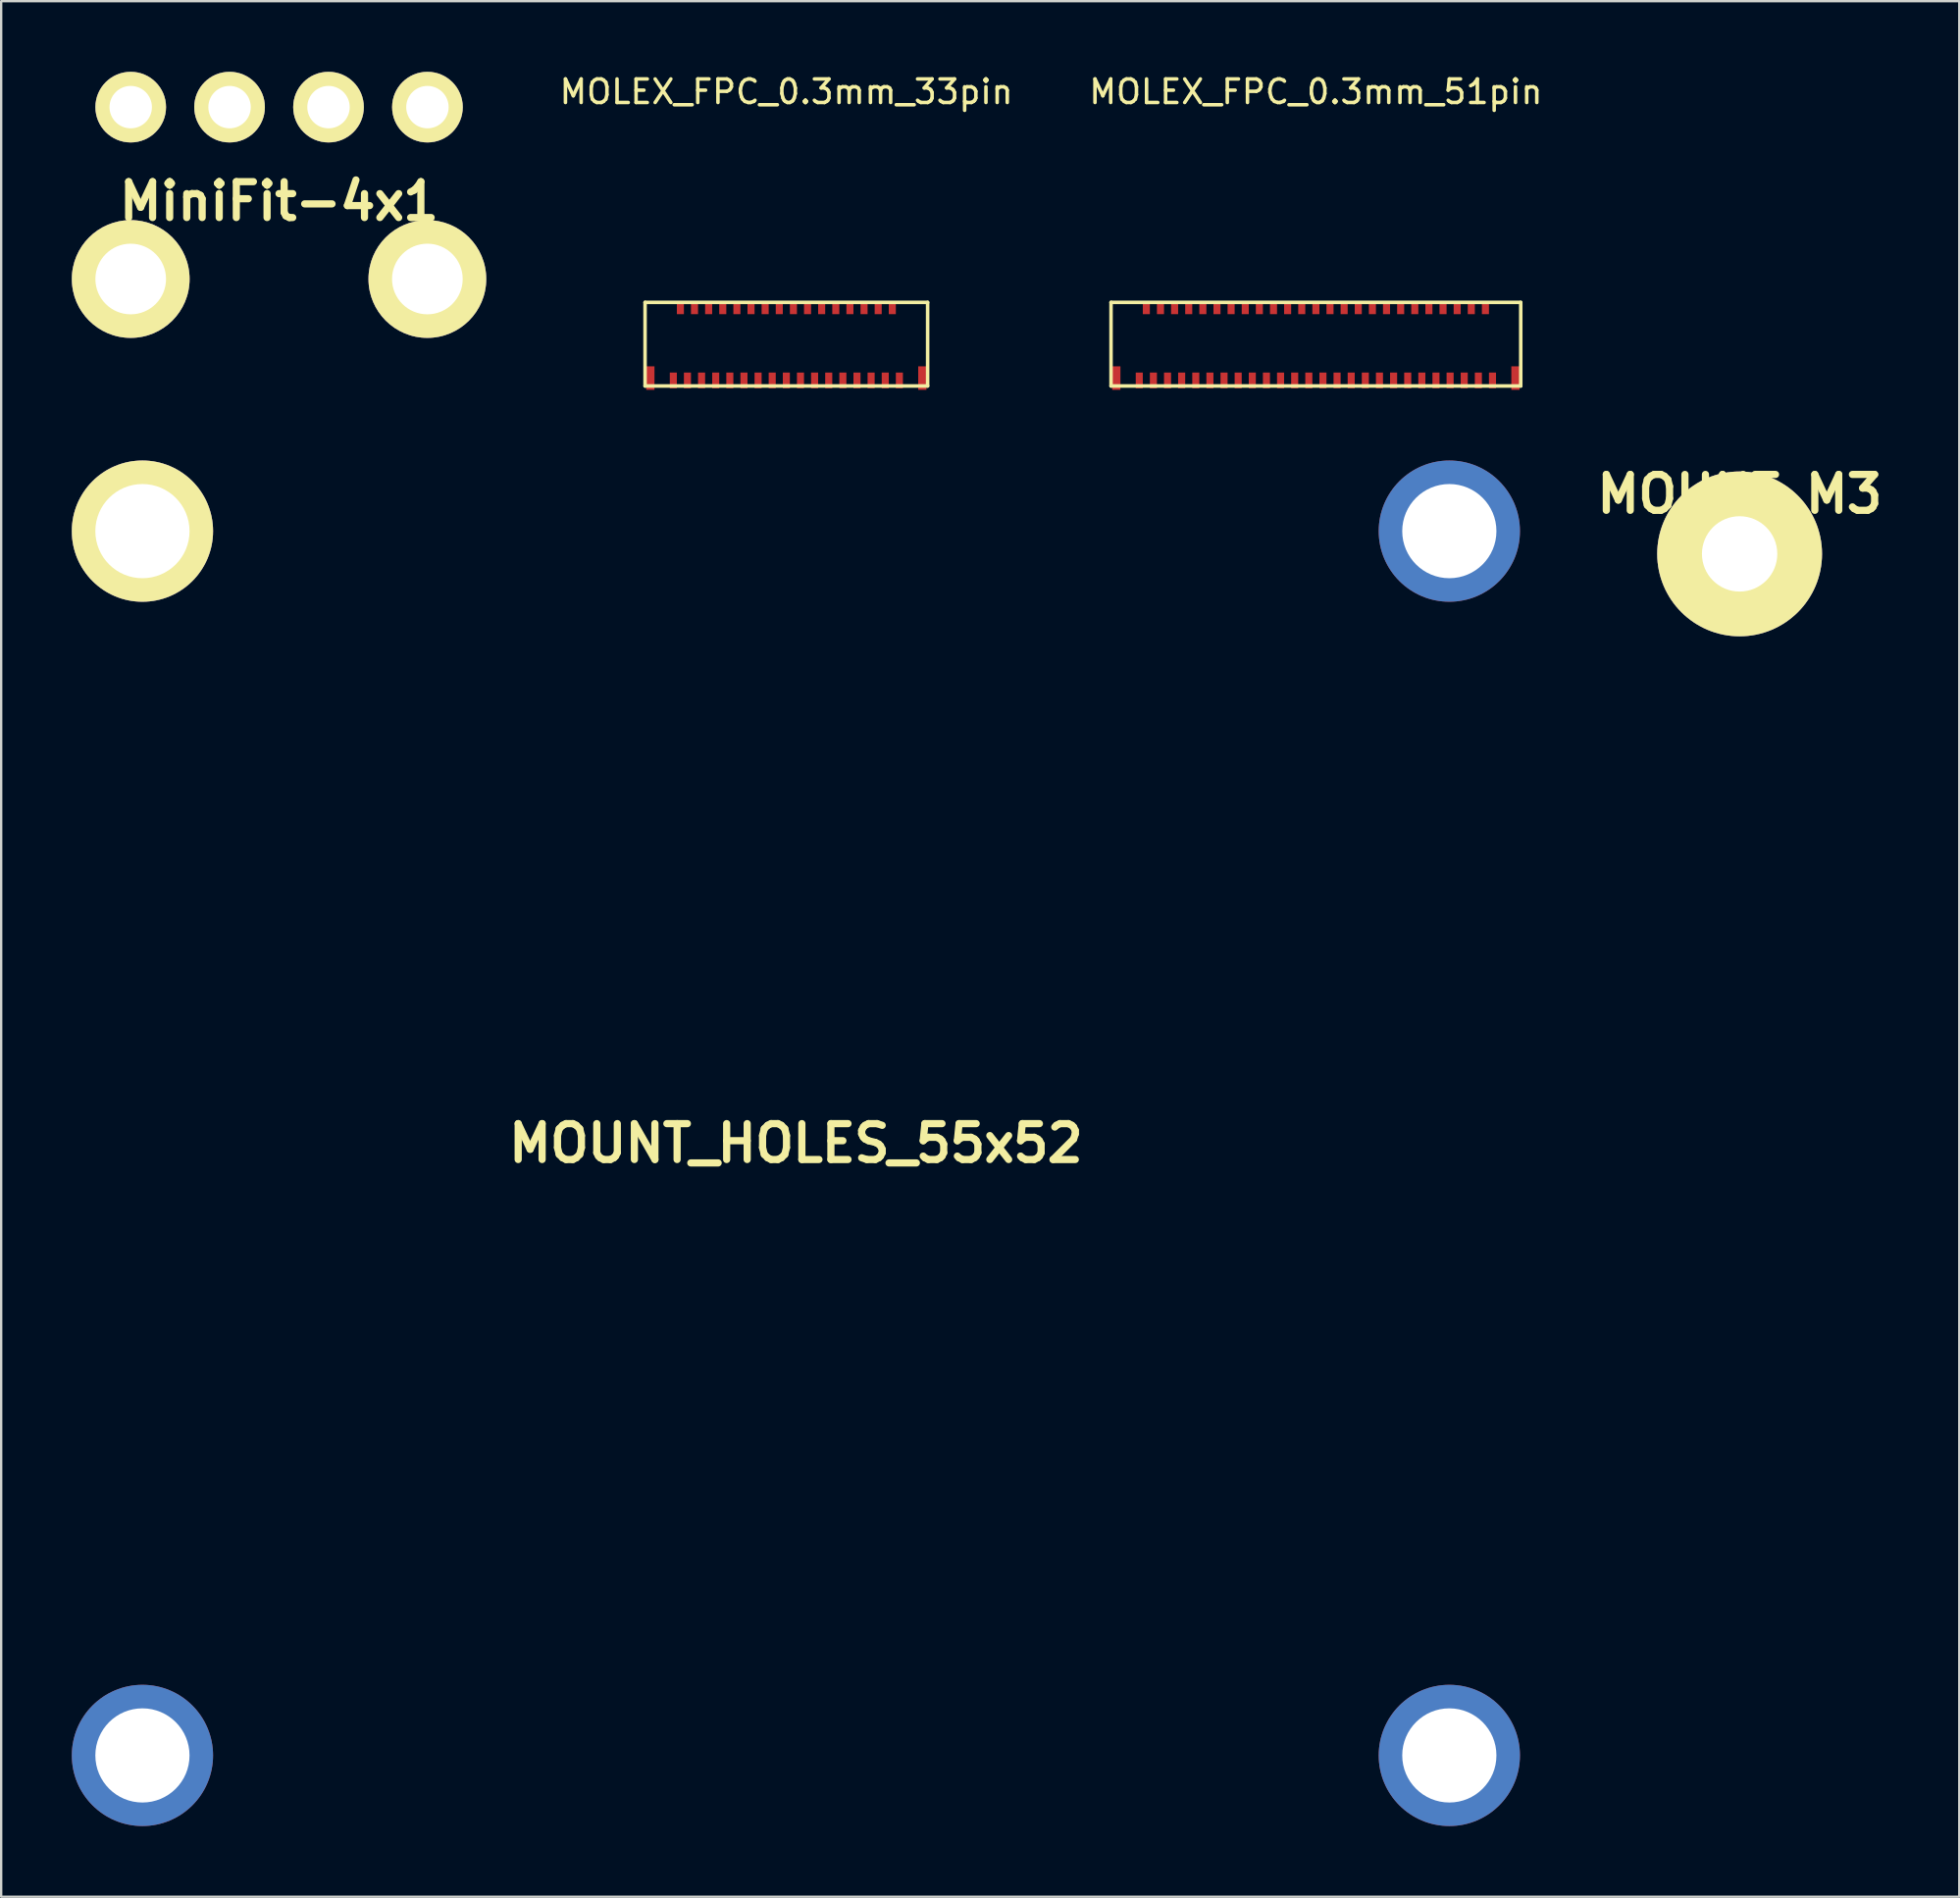
<source format=kicad_pcb>
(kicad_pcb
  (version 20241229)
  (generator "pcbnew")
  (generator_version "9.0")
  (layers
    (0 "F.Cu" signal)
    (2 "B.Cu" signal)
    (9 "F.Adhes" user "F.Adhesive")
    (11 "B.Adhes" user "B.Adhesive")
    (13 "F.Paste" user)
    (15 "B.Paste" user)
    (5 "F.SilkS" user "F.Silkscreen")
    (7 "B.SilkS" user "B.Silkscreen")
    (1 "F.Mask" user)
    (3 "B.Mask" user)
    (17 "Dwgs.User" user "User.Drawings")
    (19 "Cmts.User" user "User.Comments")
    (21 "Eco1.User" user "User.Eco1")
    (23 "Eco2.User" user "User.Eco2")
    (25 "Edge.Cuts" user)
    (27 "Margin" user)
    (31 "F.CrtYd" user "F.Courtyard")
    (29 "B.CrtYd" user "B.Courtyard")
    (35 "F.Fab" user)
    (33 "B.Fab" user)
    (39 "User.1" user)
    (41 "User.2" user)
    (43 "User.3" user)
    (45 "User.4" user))
  (footprint "MiniFit-4x1"
    (layer "F.Cu")
    (at 8.8 1.5)
    (property "Reference" "MiniFit-4x1" (at 0 4 0) (layer "F.SilkS") (effects (font (size 1.524 1.524) (thickness 0.305))))
    (attr through_hole)
    (pad "1" thru_hole circle (at 6.302 0) (size 3 3) (drill 1.801) (layers "*.Cu" "*.Mask" "F.SilkS"))
    (pad "2" thru_hole circle (at 2.101 0) (size 3 3) (drill 1.801) (layers "*.Cu" "*.Mask" "F.SilkS"))
    (pad "3" thru_hole circle (at -2.101 0) (size 3 3) (drill 1.801) (layers "*.Cu" "*.Mask" "F.SilkS"))
    (pad "4" thru_hole circle (at -6.299 0) (size 3 3) (drill 1.801) (layers "*.Cu" "*.Mask" "F.SilkS"))
    (pad "5" thru_hole circle (at -6.299 7.3) (size 5.001 5.001) (drill 3) (layers "*.Cu" "*.Mask" "F.SilkS"))
    (pad "6" thru_hole circle (at 6.299 7.3) (size 5.001 5.001) (drill 3) (layers "*.Cu" "*.Mask" "F.SilkS")))
  (footprint "MOUNT_HOLES_55x52"
    (layer "F.Cu")
    (at 30.749 45.507)
    (property "Reference" "MOUNT_HOLES_55x52" (at 0 0 0) (layer "F.SilkS") (effects (font (size 1.524 1.524) (thickness 0.305))))
    (attr through_hole)
    (pad "1" thru_hole circle (at -27.75 -25.999) (size 5.999 5.999) (drill 4) (layers "*.Cu" "*.Mask" "F.SilkS"))
    (pad "2" thru_hole circle (at 27.75 -25.999) (size 5.999 5.999) (drill 4) (layers "*.Cu"))
    (pad "3" thru_hole circle (at -27.75 25.999) (size 5.999 5.999) (drill 4) (layers "*.Cu"))
    (pad "4" thru_hole circle (at 27.75 25.999) (size 5.999 5.999) (drill 4) (layers "*.Cu")))
  (footprint "MOLEX_FPC_0.3mm_33pin"
    (layer "F.Cu")
    (at 30.344 13.108)
    (property "Reference" "MOLEX_FPC_0.3mm_33pin" (at 0 -12.26 0) (layer "F.SilkS") (effects (font (size 1 1) (thickness 0.15))))
    (attr through_hole)
    (fp_line (start -6 -3.315) (end -6 0.235) (stroke (width 0.15) (type solid)) (layer "F.SilkS"))
    (fp_line (start -6 0.235) (end 6 0.235) (stroke (width 0.15) (type solid)) (layer "F.SilkS"))
    (fp_line (start 6 -3.315) (end -6 -3.315) (stroke (width 0.15) (type solid)) (layer "F.SilkS"))
    (fp_line (start 6 0.235) (end 6 -3.315) (stroke (width 0.15) (type solid)) (layer "F.SilkS"))
    (pad "1" smd rect (at -4.8 0) (size 0.3 0.67) (layers "F.Cu" "F.Mask" "F.Paste"))
    (pad "2" smd rect (at -4.5 -3.065) (size 0.3 0.5) (layers "F.Cu" "F.Mask" "F.Paste"))
    (pad "3" smd rect (at -4.2 0) (size 0.3 0.67) (layers "F.Cu" "F.Mask" "F.Paste"))
    (pad "4" smd rect (at -3.9 -3.065) (size 0.3 0.5) (layers "F.Cu" "F.Mask" "F.Paste"))
    (pad "5" smd rect (at -3.6 0) (size 0.3 0.67) (layers "F.Cu" "F.Mask" "F.Paste"))
    (pad "6" smd rect (at -3.3 -3.065) (size 0.3 0.5) (layers "F.Cu" "F.Mask" "F.Paste"))
    (pad "7" smd rect (at -3 0) (size 0.3 0.67) (layers "F.Cu" "F.Mask" "F.Paste"))
    (pad "8" smd rect (at -2.7 -3.065) (size 0.3 0.5) (layers "F.Cu" "F.Mask" "F.Paste"))
    (pad "9" smd rect (at -2.4 0) (size 0.3 0.67) (layers "F.Cu" "F.Mask" "F.Paste"))
    (pad "10" smd rect (at -2.1 -3.065) (size 0.3 0.5) (layers "F.Cu" "F.Mask" "F.Paste"))
    (pad "11" smd rect (at -1.8 0) (size 0.3 0.67) (layers "F.Cu" "F.Mask" "F.Paste"))
    (pad "12" smd rect (at -1.5 -3.065) (size 0.3 0.5) (layers "F.Cu" "F.Mask" "F.Paste"))
    (pad "13" smd rect (at -1.2 0) (size 0.3 0.67) (layers "F.Cu" "F.Mask" "F.Paste"))
    (pad "14" smd rect (at -0.9 -3.065) (size 0.3 0.5) (layers "F.Cu" "F.Mask" "F.Paste"))
    (pad "15" smd rect (at -0.6 0) (size 0.3 0.67) (layers "F.Cu" "F.Mask" "F.Paste"))
    (pad "16" smd rect (at -0.3 -3.065) (size 0.3 0.5) (layers "F.Cu" "F.Mask" "F.Paste"))
    (pad "17" smd rect (at 0 0) (size 0.3 0.67) (layers "F.Cu" "F.Mask" "F.Paste"))
    (pad "18" smd rect (at 0.3 -3.065) (size 0.3 0.5) (layers "F.Cu" "F.Mask" "F.Paste"))
    (pad "19" smd rect (at 0.6 0) (size 0.3 0.67) (layers "F.Cu" "F.Mask" "F.Paste"))
    (pad "20" smd rect (at 0.9 -3.065) (size 0.3 0.5) (layers "F.Cu" "F.Mask" "F.Paste"))
    (pad "21" smd rect (at 1.2 0) (size 0.3 0.67) (layers "F.Cu" "F.Mask" "F.Paste"))
    (pad "22" smd rect (at 1.5 -3.065) (size 0.3 0.5) (layers "F.Cu" "F.Mask" "F.Paste"))
    (pad "23" smd rect (at 1.8 0) (size 0.3 0.67) (layers "F.Cu" "F.Mask" "F.Paste"))
    (pad "24" smd rect (at 2.1 -3.065) (size 0.3 0.5) (layers "F.Cu" "F.Mask" "F.Paste"))
    (pad "25" smd rect (at 2.4 0) (size 0.3 0.67) (layers "F.Cu" "F.Mask" "F.Paste"))
    (pad "26" smd rect (at 2.7 -3.065) (size 0.3 0.5) (layers "F.Cu" "F.Mask" "F.Paste"))
    (pad "27" smd rect (at 3 0) (size 0.3 0.67) (layers "F.Cu" "F.Mask" "F.Paste"))
    (pad "28" smd rect (at 3.3 -3.065) (size 0.3 0.5) (layers "F.Cu" "F.Mask" "F.Paste"))
    (pad "29" smd rect (at 3.6 0) (size 0.3 0.67) (layers "F.Cu" "F.Mask" "F.Paste"))
    (pad "30" smd rect (at 3.9 -3.065) (size 0.3 0.5) (layers "F.Cu" "F.Mask" "F.Paste"))
    (pad "31" smd rect (at 4.2 0) (size 0.3 0.67) (layers "F.Cu" "F.Mask" "F.Paste"))
    (pad "32" smd rect (at 4.5 -3.065) (size 0.3 0.5) (layers "F.Cu" "F.Mask" "F.Paste"))
    (pad "33" smd rect (at 4.8 0) (size 0.3 0.67) (layers "F.Cu" "F.Mask" "F.Paste"))
    (pad "52" smd rect (at -5.775 -0.1) (size 0.35 1) (layers "F.Cu" "F.Mask" "F.Paste"))
    (pad "53" smd rect (at 5.775 -0.1) (size 0.35 1) (layers "F.Cu" "F.Mask" "F.Paste")))
  (footprint "MOUNT_M3"
    (layer "F.Cu")
    (at 70.827 20.475)
    (property "Reference" "MOUNT_M3" (at 0 -2.54 0) (layer "F.SilkS") (effects (font (size 1.524 1.524) (thickness 0.305))))
    (attr through_hole)
    (pad "1" thru_hole circle (at 0 0) (size 7 7) (drill 3.2) (layers "*.Cu" "*.Mask" "F.SilkS")))
  (footprint "MOLEX_FPC_0.3mm_51pin"
    (layer "F.Cu")
    (at 52.832 13.108)
    (property "Reference" "MOLEX_FPC_0.3mm_51pin" (at 0 -12.26 0) (layer "F.SilkS") (effects (font (size 1 1) (thickness 0.15))))
    (attr through_hole)
    (fp_line (start -8.7 -3.315) (end -8.7 0.235) (stroke (width 0.15) (type solid)) (layer "F.SilkS"))
    (fp_line (start -8.7 0.235) (end 8.7 0.235) (stroke (width 0.15) (type solid)) (layer "F.SilkS"))
    (fp_line (start 8.7 -3.315) (end -8.7 -3.315) (stroke (width 0.15) (type solid)) (layer "F.SilkS"))
    (fp_line (start 8.7 0.235) (end 8.7 -3.315) (stroke (width 0.15) (type solid)) (layer "F.SilkS"))
    (pad "1" smd rect (at -7.5 0) (size 0.3 0.67) (layers "F.Cu" "F.Mask" "F.Paste"))
    (pad "2" smd rect (at -7.2 -3.065) (size 0.3 0.5) (layers "F.Cu" "F.Mask" "F.Paste"))
    (pad "3" smd rect (at -6.9 0) (size 0.3 0.67) (layers "F.Cu" "F.Mask" "F.Paste"))
    (pad "4" smd rect (at -6.6 -3.065) (size 0.3 0.5) (layers "F.Cu" "F.Mask" "F.Paste"))
    (pad "5" smd rect (at -6.3 0) (size 0.3 0.67) (layers "F.Cu" "F.Mask" "F.Paste"))
    (pad "6" smd rect (at -6 -3.065) (size 0.3 0.5) (layers "F.Cu" "F.Mask" "F.Paste"))
    (pad "7" smd rect (at -5.7 0) (size 0.3 0.67) (layers "F.Cu" "F.Mask" "F.Paste"))
    (pad "8" smd rect (at -5.4 -3.065) (size 0.3 0.5) (layers "F.Cu" "F.Mask" "F.Paste"))
    (pad "9" smd rect (at -5.1 0) (size 0.3 0.67) (layers "F.Cu" "F.Mask" "F.Paste"))
    (pad "10" smd rect (at -4.8 -3.065) (size 0.3 0.5) (layers "F.Cu" "F.Mask" "F.Paste"))
    (pad "11" smd rect (at -4.5 0) (size 0.3 0.67) (layers "F.Cu" "F.Mask" "F.Paste"))
    (pad "12" smd rect (at -4.2 -3.065) (size 0.3 0.5) (layers "F.Cu" "F.Mask" "F.Paste"))
    (pad "13" smd rect (at -3.9 0) (size 0.3 0.67) (layers "F.Cu" "F.Mask" "F.Paste"))
    (pad "14" smd rect (at -3.6 -3.065) (size 0.3 0.5) (layers "F.Cu" "F.Mask" "F.Paste"))
    (pad "15" smd rect (at -3.3 0) (size 0.3 0.67) (layers "F.Cu" "F.Mask" "F.Paste"))
    (pad "16" smd rect (at -3 -3.065) (size 0.3 0.5) (layers "F.Cu" "F.Mask" "F.Paste"))
    (pad "17" smd rect (at -2.7 0) (size 0.3 0.67) (layers "F.Cu" "F.Mask" "F.Paste"))
    (pad "18" smd rect (at -2.4 -3.065) (size 0.3 0.5) (layers "F.Cu" "F.Mask" "F.Paste"))
    (pad "19" smd rect (at -2.1 0) (size 0.3 0.67) (layers "F.Cu" "F.Mask" "F.Paste"))
    (pad "20" smd rect (at -1.8 -3.065) (size 0.3 0.5) (layers "F.Cu" "F.Mask" "F.Paste"))
    (pad "21" smd rect (at -1.5 0) (size 0.3 0.67) (layers "F.Cu" "F.Mask" "F.Paste"))
    (pad "22" smd rect (at -1.2 -3.065) (size 0.3 0.5) (layers "F.Cu" "F.Mask" "F.Paste"))
    (pad "23" smd rect (at -0.9 0) (size 0.3 0.67) (layers "F.Cu" "F.Mask" "F.Paste"))
    (pad "24" smd rect (at -0.6 -3.065) (size 0.3 0.5) (layers "F.Cu" "F.Mask" "F.Paste"))
    (pad "25" smd rect (at -0.3 0) (size 0.3 0.67) (layers "F.Cu" "F.Mask" "F.Paste"))
    (pad "26" smd rect (at 0 -3.065) (size 0.3 0.5) (layers "F.Cu" "F.Mask" "F.Paste"))
    (pad "27" smd rect (at 0.3 0) (size 0.3 0.67) (layers "F.Cu" "F.Mask" "F.Paste"))
    (pad "28" smd rect (at 0.6 -3.065) (size 0.3 0.5) (layers "F.Cu" "F.Mask" "F.Paste"))
    (pad "29" smd rect (at 0.9 0) (size 0.3 0.67) (layers "F.Cu" "F.Mask" "F.Paste"))
    (pad "30" smd rect (at 1.2 -3.065) (size 0.3 0.5) (layers "F.Cu" "F.Mask" "F.Paste"))
    (pad "31" smd rect (at 1.5 0) (size 0.3 0.67) (layers "F.Cu" "F.Mask" "F.Paste"))
    (pad "32" smd rect (at 1.8 -3.065) (size 0.3 0.5) (layers "F.Cu" "F.Mask" "F.Paste"))
    (pad "33" smd rect (at 2.1 0) (size 0.3 0.67) (layers "F.Cu" "F.Mask" "F.Paste"))
    (pad "34" smd rect (at 2.4 -3.065) (size 0.3 0.5) (layers "F.Cu" "F.Mask" "F.Paste"))
    (pad "35" smd rect (at 2.7 0) (size 0.3 0.67) (layers "F.Cu" "F.Mask" "F.Paste"))
    (pad "36" smd rect (at 3 -3.065) (size 0.3 0.5) (layers "F.Cu" "F.Mask" "F.Paste"))
    (pad "37" smd rect (at 3.3 0) (size 0.3 0.67) (layers "F.Cu" "F.Mask" "F.Paste"))
    (pad "38" smd rect (at 3.6 -3.065) (size 0.3 0.5) (layers "F.Cu" "F.Mask" "F.Paste"))
    (pad "39" smd rect (at 3.9 0) (size 0.3 0.67) (layers "F.Cu" "F.Mask" "F.Paste"))
    (pad "40" smd rect (at 4.2 -3.065) (size 0.3 0.5) (layers "F.Cu" "F.Mask" "F.Paste"))
    (pad "41" smd rect (at 4.5 0) (size 0.3 0.67) (layers "F.Cu" "F.Mask" "F.Paste"))
    (pad "42" smd rect (at 4.8 -3.065) (size 0.3 0.5) (layers "F.Cu" "F.Mask" "F.Paste"))
    (pad "43" smd rect (at 5.1 0) (size 0.3 0.67) (layers "F.Cu" "F.Mask" "F.Paste"))
    (pad "44" smd rect (at 5.4 -3.065) (size 0.3 0.5) (layers "F.Cu" "F.Mask" "F.Paste"))
    (pad "45" smd rect (at 5.7 0) (size 0.3 0.67) (layers "F.Cu" "F.Mask" "F.Paste"))
    (pad "46" smd rect (at 6 -3.065) (size 0.3 0.5) (layers "F.Cu" "F.Mask" "F.Paste"))
    (pad "47" smd rect (at 6.3 0) (size 0.3 0.67) (layers "F.Cu" "F.Mask" "F.Paste"))
    (pad "48" smd rect (at 6.6 -3.065) (size 0.3 0.5) (layers "F.Cu" "F.Mask" "F.Paste"))
    (pad "49" smd rect (at 6.9 0) (size 0.3 0.67) (layers "F.Cu" "F.Mask" "F.Paste"))
    (pad "50" smd rect (at 7.2 -3.065) (size 0.3 0.5) (layers "F.Cu" "F.Mask" "F.Paste"))
    (pad "51" smd rect (at 7.5 0) (size 0.3 0.67) (layers "F.Cu" "F.Mask" "F.Paste"))
    (pad "52" smd rect (at -8.475 -0.1) (size 0.35 1) (layers "F.Cu" "F.Mask" "F.Paste"))
    (pad "53" smd rect (at 8.475 -0.1) (size 0.35 1) (layers "F.Cu" "F.Mask" "F.Paste")))
  (gr_rect
    (start -3 -3)
    (end 80.155 77.507)
    (stroke (width 0.1) (type default))
    (fill no)
    (layer "Edge.Cuts")))
</source>
